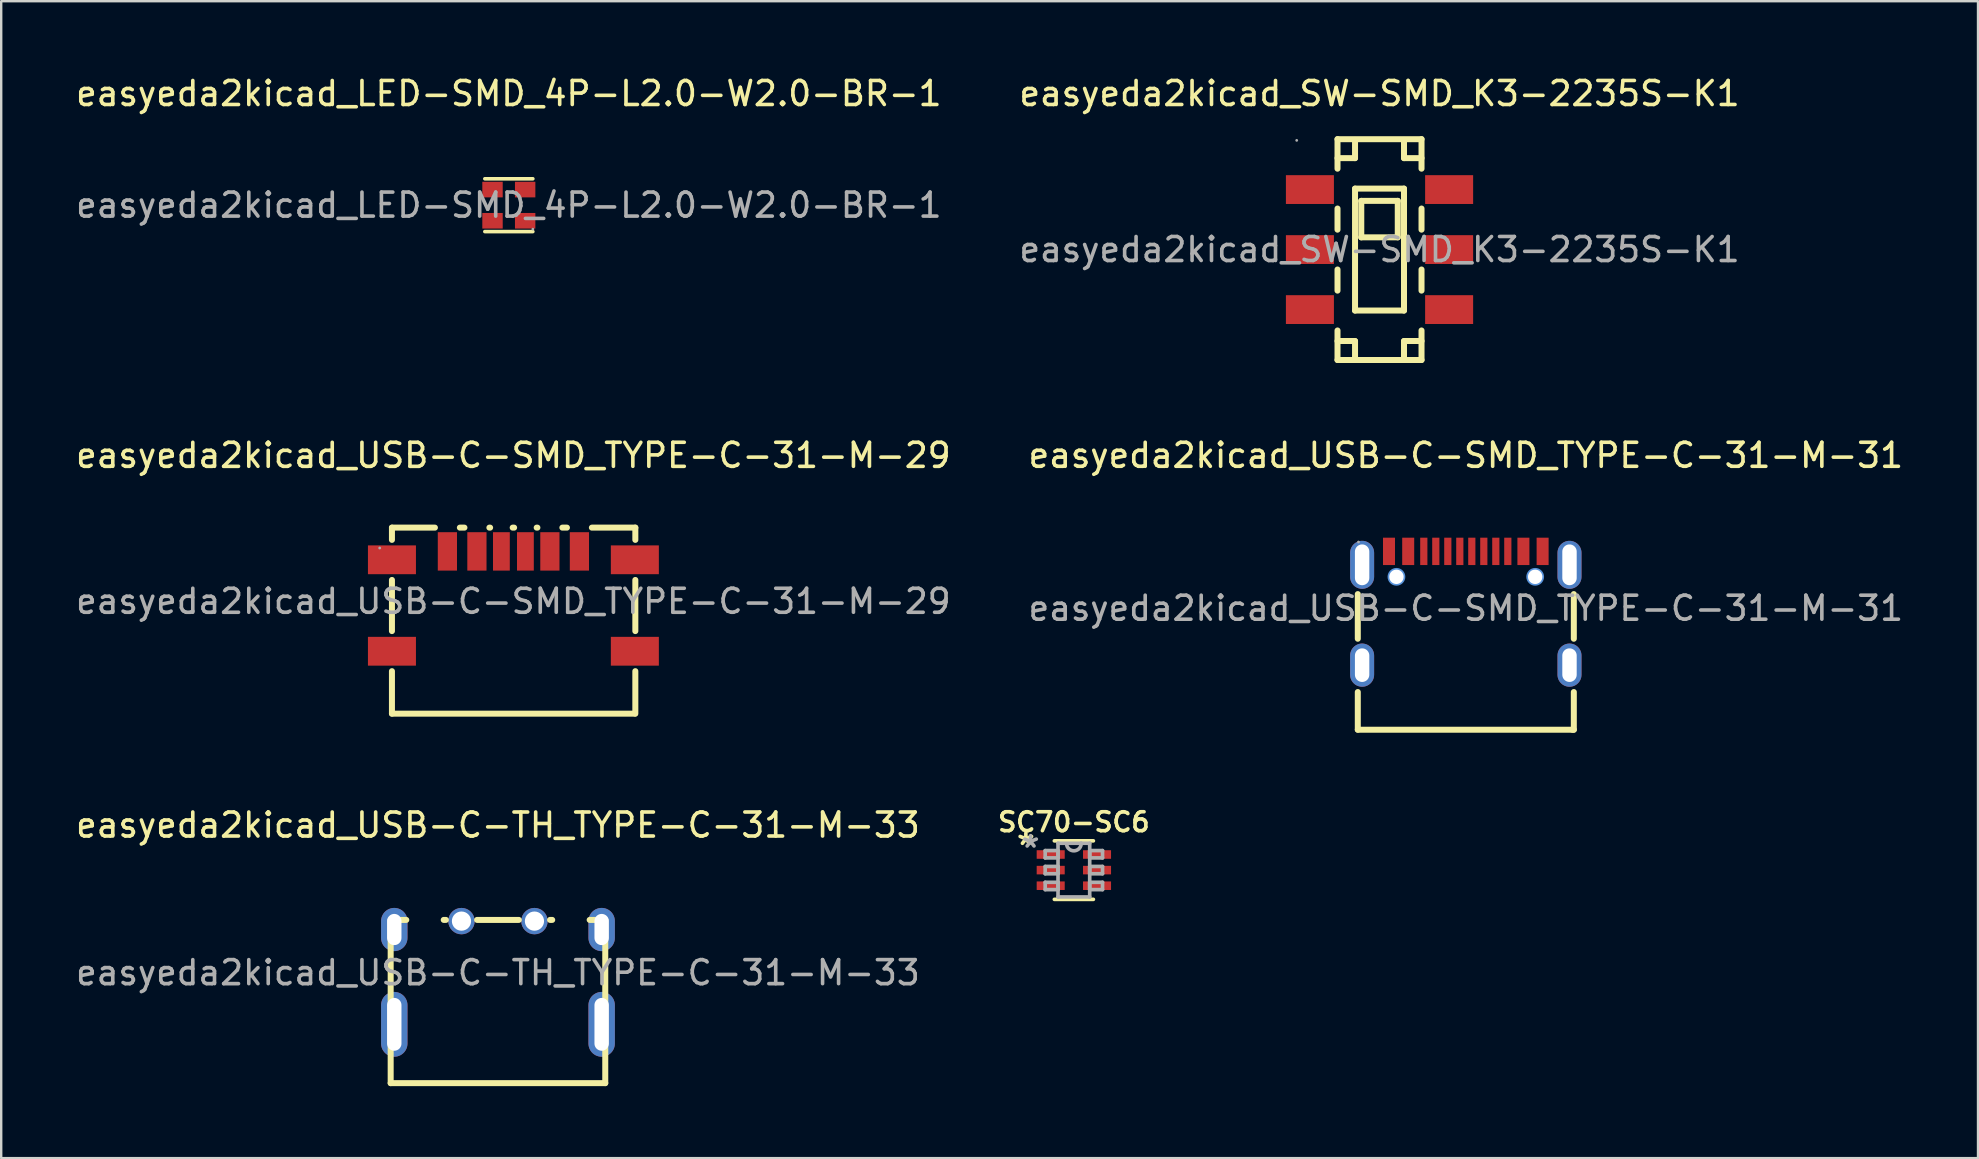
<source format=kicad_pcb>
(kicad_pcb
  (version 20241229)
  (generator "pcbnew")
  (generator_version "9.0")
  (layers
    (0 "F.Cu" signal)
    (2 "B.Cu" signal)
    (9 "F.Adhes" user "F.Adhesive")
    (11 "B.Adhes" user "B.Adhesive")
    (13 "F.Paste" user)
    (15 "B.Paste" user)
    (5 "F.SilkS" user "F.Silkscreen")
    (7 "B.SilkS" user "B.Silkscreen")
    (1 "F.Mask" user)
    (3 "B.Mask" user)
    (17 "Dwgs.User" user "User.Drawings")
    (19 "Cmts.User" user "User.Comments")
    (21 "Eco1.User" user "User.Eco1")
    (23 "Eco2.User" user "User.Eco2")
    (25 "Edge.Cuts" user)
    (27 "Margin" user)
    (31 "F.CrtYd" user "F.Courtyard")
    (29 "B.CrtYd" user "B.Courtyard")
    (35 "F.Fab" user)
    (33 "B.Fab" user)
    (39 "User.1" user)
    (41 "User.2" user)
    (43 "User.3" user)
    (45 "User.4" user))
  (footprint "easyeda2kicad_SW-SMD_K3-2235S-K1"
    (layer "F.Cu")
    (at 54.423 7.348)
    (property "Reference" "easyeda2kicad_SW-SMD_K3-2235S-K1" (at 0 -6.5 0) (layer "F.SilkS") (effects (font (size 1 1) (thickness 0.15))))
    (attr smd)
    (fp_line (start -1.75 -4.6) (end 1.75 -4.6) (stroke (width 0.25) (type solid)) (layer "F.SilkS"))
    (fp_line (start -1.75 -3.37) (end -1.75 -4.6) (stroke (width 0.25) (type solid)) (layer "F.SilkS"))
    (fp_line (start -1.75 -0.83) (end -1.75 -1.71) (stroke (width 0.25) (type solid)) (layer "F.SilkS"))
    (fp_line (start -1.75 1.71) (end -1.75 0.83) (stroke (width 0.25) (type solid)) (layer "F.SilkS"))
    (fp_line (start -1.75 3.81) (end -1.02 3.81) (stroke (width 0.25) (type solid)) (layer "F.SilkS"))
    (fp_line (start -1.75 4.6) (end -1.75 3.37) (stroke (width 0.25) (type solid)) (layer "F.SilkS"))
    (fp_line (start -1.02 -4.57) (end -1.02 -3.81) (stroke (width 0.25) (type solid)) (layer "F.SilkS"))
    (fp_line (start -1.02 -3.81) (end -1.75 -3.81) (stroke (width 0.25) (type solid)) (layer "F.SilkS"))
    (fp_line (start -1.02 -2.54) (end 1.02 -2.54) (stroke (width 0.25) (type solid)) (layer "F.SilkS"))
    (fp_line (start -1.02 2.54) (end -1.02 -2.54) (stroke (width 0.25) (type solid)) (layer "F.SilkS"))
    (fp_line (start -1.02 3.81) (end -1.02 4.57) (stroke (width 0.25) (type solid)) (layer "F.SilkS"))
    (fp_line (start -0.76 -2.03) (end 0.76 -2.03) (stroke (width 0.25) (type solid)) (layer "F.SilkS"))
    (fp_line (start -0.76 -0.51) (end -0.76 -2.03) (stroke (width 0.25) (type solid)) (layer "F.SilkS"))
    (fp_line (start 0.76 -2.03) (end 0.76 -0.51) (stroke (width 0.25) (type solid)) (layer "F.SilkS"))
    (fp_line (start 0.76 -0.51) (end -0.76 -0.51) (stroke (width 0.25) (type solid)) (layer "F.SilkS"))
    (fp_line (start 1.02 -3.81) (end 1.02 -4.57) (stroke (width 0.25) (type solid)) (layer "F.SilkS"))
    (fp_line (start 1.02 -2.54) (end 1.02 2.54) (stroke (width 0.25) (type solid)) (layer "F.SilkS"))
    (fp_line (start 1.02 2.54) (end -1.02 2.54) (stroke (width 0.25) (type solid)) (layer "F.SilkS"))
    (fp_line (start 1.02 3.81) (end 1.75 3.81) (stroke (width 0.25) (type solid)) (layer "F.SilkS"))
    (fp_line (start 1.02 4.57) (end 1.02 3.81) (stroke (width 0.25) (type solid)) (layer "F.SilkS"))
    (fp_line (start 1.75 -4.6) (end 1.75 -3.37) (stroke (width 0.25) (type solid)) (layer "F.SilkS"))
    (fp_line (start 1.75 -3.81) (end 1.02 -3.81) (stroke (width 0.25) (type solid)) (layer "F.SilkS"))
    (fp_line (start 1.75 -1.71) (end 1.75 -0.83) (stroke (width 0.25) (type solid)) (layer "F.SilkS"))
    (fp_line (start 1.75 0.83) (end 1.75 1.71) (stroke (width 0.25) (type solid)) (layer "F.SilkS"))
    (fp_line (start 1.75 3.37) (end 1.75 4.6) (stroke (width 0.25) (type solid)) (layer "F.SilkS"))
    (fp_line (start 1.75 4.6) (end -1.75 4.6) (stroke (width 0.25) (type solid)) (layer "F.SilkS"))
    (fp_circle (center -3.45 -4.55) (end -3.42 -4.55) (stroke (width 0.06) (type solid)) (fill no) (layer "F.Fab"))
    (fp_text user "${REFERENCE}" (at 0 0 0) (layer "F.Fab") (effects (font (size 1 1) (thickness 0.15))))
    (pad "1" smd rect (at -2.9 -2.5) (size 2 1.2) (layers "F.Cu" "F.Mask" "F.Paste"))
    (pad "2" smd rect (at -2.9 0) (size 2 1.2) (layers "F.Cu" "F.Mask" "F.Paste"))
    (pad "3" smd rect (at -2.9 2.5) (size 2 1.2) (layers "F.Cu" "F.Mask" "F.Paste"))
    (pad "4" smd rect (at 2.9 2.5) (size 2 1.2) (layers "F.Cu" "F.Mask" "F.Paste"))
    (pad "5" smd rect (at 2.9 0) (size 2 1.2) (layers "F.Cu" "F.Mask" "F.Paste"))
    (pad "6" smd rect (at 2.9 -2.5) (size 2 1.2) (layers "F.Cu" "F.Mask" "F.Paste")))
  (footprint "easyeda2kicad_USB-C-TH_TYPE-C-31-M-33"
    (layer "F.Cu")
    (at 17.696 37.475)
    (property "Reference" "easyeda2kicad_USB-C-TH_TYPE-C-31-M-33" (at 0 -6.15 0) (layer "F.SilkS") (effects (font (size 1 1) (thickness 0.15))))
    (attr through_hole)
    (fp_line (start -4.47 4.6) (end -4.47 -2.2) (stroke (width 0.25) (type solid)) (layer "F.SilkS"))
    (fp_line (start -4.47 4.6) (end 4.47 4.6) (stroke (width 0.25) (type solid)) (layer "F.SilkS"))
    (fp_line (start -3.82 -2.2) (end -4.47 -2.2) (stroke (width 0.25) (type solid)) (layer "F.SilkS"))
    (fp_line (start -2.17 -2.2) (end -2.26 -2.2) (stroke (width 0.25) (type solid)) (layer "F.SilkS"))
    (fp_line (start 0.87 -2.2) (end -0.87 -2.2) (stroke (width 0.25) (type solid)) (layer "F.SilkS"))
    (fp_line (start 2.26 -2.2) (end 2.17 -2.2) (stroke (width 0.25) (type solid)) (layer "F.SilkS"))
    (fp_line (start 4.47 -2.2) (end 3.82 -2.2) (stroke (width 0.25) (type solid)) (layer "F.SilkS"))
    (fp_line (start 4.47 4.6) (end 4.47 -2.2) (stroke (width 0.25) (type solid)) (layer "F.SilkS"))
    (fp_circle (center 4.47 -2.3) (end 4.5 -2.3) (stroke (width 0.06) (type solid)) (fill no) (layer "F.Fab"))
    (fp_text user "${REFERENCE}" (at 0 0 0) (layer "F.Fab") (effects (font (size 1 1) (thickness 0.15))))
    (pad "3" thru_hole oval (at 4.32 -1.8 90) (size 1.8 1.1) (drill oval 1.3 0.6) (layers "*.Cu" "*.Mask" "F.Paste"))
    (pad "4" thru_hole oval (at 4.32 2.15) (size 1.1 2.7) (drill oval 0.6 2.2) (layers "*.Cu" "*.Mask" "F.Paste"))
    (pad "5" thru_hole oval (at -4.32 2.15) (size 1.1 2.7) (drill oval 0.6 2.2) (layers "*.Cu" "*.Mask" "F.Paste"))
    (pad "6" thru_hole oval (at -4.32 -1.8 90) (size 1.8 1.1) (drill oval 1.3 0.6) (layers "*.Cu" "*.Mask" "F.Paste"))
    (pad "A9" thru_hole circle (at 1.52 -2.15) (size 1.1 1.1) (drill 0.8) (layers "*.Cu" "*.Mask" "F.Paste"))
    (pad "B12" thru_hole circle (at -1.52 -2.15) (size 1.1 1.1) (drill 0.8) (layers "*.Cu" "*.Mask" "F.Paste")))
  (footprint "easyeda2kicad_USB-C-SMD_TYPE-C-31-M-29"
    (layer "F.Cu")
    (at 18.339 22.002)
    (property "Reference" "easyeda2kicad_USB-C-SMD_TYPE-C-31-M-29" (at 0 -6.08 0) (layer "F.SilkS") (effects (font (size 1 1) (thickness 0.15))))
    (attr smd)
    (fp_line (start -5.06 -3.07) (end -3.27 -3.07) (stroke (width 0.25) (type solid)) (layer "F.SilkS"))
    (fp_line (start -5.06 -2.56) (end -5.06 -3.07) (stroke (width 0.25) (type solid)) (layer "F.SilkS"))
    (fp_line (start -5.06 1.24) (end -5.06 -0.89) (stroke (width 0.25) (type solid)) (layer "F.SilkS"))
    (fp_line (start -5.06 4.68) (end -5.06 2.91) (stroke (width 0.25) (type solid)) (layer "F.SilkS"))
    (fp_line (start -5.06 4.68) (end 5.06 4.68) (stroke (width 0.25) (type solid)) (layer "F.SilkS"))
    (fp_line (start -2.23 -3.07) (end -2.04 -3.07) (stroke (width 0.25) (type solid)) (layer "F.SilkS"))
    (fp_line (start -1 -3.07) (end -0.97 -3.07) (stroke (width 0.25) (type solid)) (layer "F.SilkS"))
    (fp_line (start -0.03 -3.07) (end 0.03 -3.07) (stroke (width 0.25) (type solid)) (layer "F.SilkS"))
    (fp_line (start 0.97 -3.07) (end 1 -3.07) (stroke (width 0.25) (type solid)) (layer "F.SilkS"))
    (fp_line (start 2.04 -3.07) (end 2.23 -3.07) (stroke (width 0.25) (type solid)) (layer "F.SilkS"))
    (fp_line (start 3.27 -3.07) (end 5.08 -3.07) (stroke (width 0.25) (type solid)) (layer "F.SilkS"))
    (fp_line (start 5.08 -3.07) (end 5.08 -2.56) (stroke (width 0.25) (type solid)) (layer "F.SilkS"))
    (fp_line (start 5.08 -0.89) (end 5.08 1.24) (stroke (width 0.25) (type solid)) (layer "F.SilkS"))
    (fp_line (start 5.08 2.91) (end 5.08 4.68) (stroke (width 0.25) (type solid)) (layer "F.SilkS"))
    (fp_circle (center -5.57 -2.22) (end -5.54 -2.22) (stroke (width 0.06) (type solid)) (fill no) (layer "F.Fab"))
    (fp_text user "${REFERENCE}" (at 0 0 0) (layer "F.Fab") (effects (font (size 1 1) (thickness 0.15))))
    (pad "1" smd rect (at -5.06 -1.73) (size 2 1.2) (layers "F.Cu" "F.Mask" "F.Paste"))
    (pad "1" smd rect (at -5.06 2.08) (size 2 1.2) (layers "F.Cu" "F.Mask" "F.Paste"))
    (pad "1" smd rect (at 5.06 -1.73) (size 2 1.2) (layers "F.Cu" "F.Mask" "F.Paste"))
    (pad "1" smd rect (at 5.06 2.08) (size 2 1.2) (layers "F.Cu" "F.Mask" "F.Paste"))
    (pad "A5" smd rect (at -0.5 -2.08) (size 0.7 1.6) (layers "F.Cu" "F.Mask" "F.Paste"))
    (pad "A9" smd rect (at 1.52 -2.08) (size 0.8 1.6) (layers "F.Cu" "F.Mask" "F.Paste"))
    (pad "A12" smd rect (at 2.75 -2.08) (size 0.8 1.6) (layers "F.Cu" "F.Mask" "F.Paste"))
    (pad "B5" smd rect (at 0.5 -2.08) (size 0.7 1.6) (layers "F.Cu" "F.Mask" "F.Paste"))
    (pad "B9" smd rect (at -1.52 -2.08) (size 0.8 1.6) (layers "F.Cu" "F.Mask" "F.Paste"))
    (pad "B12" smd rect (at -2.75 -2.08) (size 0.8 1.6) (layers "F.Cu" "F.Mask" "F.Paste")))
  (footprint "SC70-SC6"
    (layer "F.Cu")
    (at 41.689 33.2)
    (property "Reference" "SC70-SC6" (at 0 -2 0) (layer "F.SilkS") (effects (font (size 0.787 0.787) (thickness 0.15))))
    (attr smd)
    (fp_line (start -0.813 1.219) (end 0.813 1.219) (stroke (width 0.152) (type solid)) (layer "F.SilkS"))
    (fp_line (start 0.813 -1.219) (end -0.813 -1.219) (stroke (width 0.152) (type solid)) (layer "F.SilkS"))
    (fp_line (start -1.194 -0.813) (end -1.194 -0.508) (stroke (width 0.152) (type solid)) (layer "F.Fab"))
    (fp_line (start -1.194 -0.508) (end -0.66 -0.508) (stroke (width 0.152) (type solid)) (layer "F.Fab"))
    (fp_line (start -1.194 -0.152) (end -1.194 0.152) (stroke (width 0.152) (type solid)) (layer "F.Fab"))
    (fp_line (start -1.194 0.152) (end -0.66 0.152) (stroke (width 0.152) (type solid)) (layer "F.Fab"))
    (fp_line (start -1.194 0.508) (end -1.194 0.813) (stroke (width 0.152) (type solid)) (layer "F.Fab"))
    (fp_line (start -1.194 0.813) (end -0.66 0.813) (stroke (width 0.152) (type solid)) (layer "F.Fab"))
    (fp_line (start -0.66 -1.118) (end -0.66 1.118) (stroke (width 0.152) (type solid)) (layer "F.Fab"))
    (fp_line (start -0.66 -0.813) (end -1.194 -0.813) (stroke (width 0.152) (type solid)) (layer "F.Fab"))
    (fp_line (start -0.66 -0.508) (end -0.66 -0.813) (stroke (width 0.152) (type solid)) (layer "F.Fab"))
    (fp_line (start -0.66 -0.152) (end -1.194 -0.152) (stroke (width 0.152) (type solid)) (layer "F.Fab"))
    (fp_line (start -0.66 0.152) (end -0.66 -0.152) (stroke (width 0.152) (type solid)) (layer "F.Fab"))
    (fp_line (start -0.66 0.508) (end -1.194 0.508) (stroke (width 0.152) (type solid)) (layer "F.Fab"))
    (fp_line (start -0.66 0.813) (end -0.66 0.508) (stroke (width 0.152) (type solid)) (layer "F.Fab"))
    (fp_line (start -0.66 1.118) (end 0.66 1.118) (stroke (width 0.152) (type solid)) (layer "F.Fab"))
    (fp_line (start 0.305 -1.118) (end -0.66 -1.118) (stroke (width 0.152) (type solid)) (layer "F.Fab"))
    (fp_line (start 0.66 -1.118) (end 0.305 -1.118) (stroke (width 0.152) (type solid)) (layer "F.Fab"))
    (fp_line (start 0.66 -0.813) (end 0.66 -0.508) (stroke (width 0.152) (type solid)) (layer "F.Fab"))
    (fp_line (start 0.66 -0.508) (end 1.194 -0.508) (stroke (width 0.152) (type solid)) (layer "F.Fab"))
    (fp_line (start 0.66 -0.152) (end 0.66 0.152) (stroke (width 0.152) (type solid)) (layer "F.Fab"))
    (fp_line (start 0.66 0.152) (end 1.194 0.152) (stroke (width 0.152) (type solid)) (layer "F.Fab"))
    (fp_line (start 0.66 0.508) (end 0.66 0.813) (stroke (width 0.152) (type solid)) (layer "F.Fab"))
    (fp_line (start 0.66 0.813) (end 1.194 0.813) (stroke (width 0.152) (type solid)) (layer "F.Fab"))
    (fp_line (start 0.66 1.118) (end 0.66 -1.118) (stroke (width 0.152) (type solid)) (layer "F.Fab"))
    (fp_line (start 1.194 -0.813) (end 0.66 -0.813) (stroke (width 0.152) (type solid)) (layer "F.Fab"))
    (fp_line (start 1.194 -0.508) (end 1.194 -0.813) (stroke (width 0.152) (type solid)) (layer "F.Fab"))
    (fp_line (start 1.194 -0.152) (end 0.66 -0.152) (stroke (width 0.152) (type solid)) (layer "F.Fab"))
    (fp_line (start 1.194 0.152) (end 1.194 -0.152) (stroke (width 0.152) (type solid)) (layer "F.Fab"))
    (fp_line (start 1.194 0.508) (end 0.66 0.508) (stroke (width 0.152) (type solid)) (layer "F.Fab"))
    (fp_line (start 1.194 0.813) (end 1.194 0.508) (stroke (width 0.152) (type solid)) (layer "F.Fab"))
    (fp_arc (start 0.3048 -1.1176) (mid 0.0127 -0.8001) (end -0.3048 -1.0922) (stroke (width 0.1524) (type solid)) (layer "F.Fab"))
    (fp_text user "*" (at -2 -1 0) (layer "F.SilkS") (effects (font (size 1 1) (thickness 0.15))))
    (fp_text user "*" (at -1.803 -0.889 0) (layer "F.Fab") (effects (font (size 1 1) (thickness 0.15))))
    (pad "1" smd rect (at -0.965 -0.65) (size 1.168 0.356) (layers "F.Cu" "F.Mask" "F.Paste"))
    (pad "2" smd rect (at -0.965 0) (size 1.168 0.356) (layers "F.Cu" "F.Mask" "F.Paste"))
    (pad "3" smd rect (at -0.965 0.65) (size 1.168 0.356) (layers "F.Cu" "F.Mask" "F.Paste"))
    (pad "4" smd rect (at 0.965 0.65) (size 1.168 0.356) (layers "F.Cu" "F.Mask" "F.Paste"))
    (pad "5" smd rect (at 0.965 0) (size 1.168 0.356) (layers "F.Cu" "F.Mask" "F.Paste"))
    (pad "6" smd rect (at 0.965 -0.65) (size 1.168 0.356) (layers "F.Cu" "F.Mask" "F.Paste")))
  (footprint "easyeda2kicad_USB-C-SMD_TYPE-C-31-M-31"
    (layer "F.Cu")
    (at 58.018 22.291)
    (property "Reference" "easyeda2kicad_USB-C-SMD_TYPE-C-31-M-31" (at 0 -6.37 0) (layer "F.SilkS") (effects (font (size 1 1) (thickness 0.15))))
    (attr smd)
    (fp_line (start -4.5 1.27) (end -4.5 -0.59) (stroke (width 0.25) (type solid)) (layer "F.SilkS"))
    (fp_line (start -4.5 3.49) (end -4.5 5.06) (stroke (width 0.25) (type solid)) (layer "F.SilkS"))
    (fp_line (start -4.5 5.06) (end 4.44 5.06) (stroke (width 0.25) (type solid)) (layer "F.SilkS"))
    (fp_line (start 4.44 5.06) (end 4.5 5.06) (stroke (width 0.25) (type solid)) (layer "F.SilkS"))
    (fp_line (start 4.5 1.27) (end 4.5 -0.59) (stroke (width 0.25) (type solid)) (layer "F.SilkS"))
    (fp_line (start 4.5 5.06) (end 4.5 3.49) (stroke (width 0.25) (type solid)) (layer "F.SilkS"))
    (fp_circle (center -2.89 -1.31) (end -2.77 -1.31) (stroke (width 0.25) (type solid)) (fill no) (layer "Cmts.User"))
    (fp_circle (center 2.89 -1.31) (end 3.01 -1.31) (stroke (width 0.25) (type solid)) (fill no) (layer "Cmts.User"))
    (fp_circle (center -4.47 -2.76) (end -4.44 -2.76) (stroke (width 0.06) (type solid)) (fill no) (layer "F.Fab"))
    (fp_text user "${REFERENCE}" (at 0 0 0) (layer "F.Fab") (effects (font (size 1 1) (thickness 0.15))))
    (pad "" thru_hole circle (at -2.89 -1.31) (size 0.6 0.6) (drill 0.6) (layers "*.Cu" "*.Mask"))
    (pad "" thru_hole circle (at 2.89 -1.31) (size 0.6 0.6) (drill 0.6) (layers "*.Cu" "*.Mask"))
    (pad "1" thru_hole oval (at -4.32 -1.81) (size 1 2) (drill oval 0.6 1.7) (layers "*.Cu" "*.Mask" "F.Paste"))
    (pad "1" thru_hole oval (at -4.32 2.37) (size 1 1.8) (drill oval 0.6 1.4) (layers "*.Cu" "*.Mask" "F.Paste"))
    (pad "1" thru_hole oval (at 4.32 -1.81) (size 1 2) (drill oval 0.6 1.7) (layers "*.Cu" "*.Mask" "F.Paste"))
    (pad "1" thru_hole oval (at 4.32 2.37) (size 1 1.8) (drill oval 0.6 1.4) (layers "*.Cu" "*.Mask" "F.Paste"))
    (pad "A1" smd rect (at -3.2 -2.37) (size 0.5 1.14) (layers "F.Cu" "F.Mask" "F.Paste"))
    (pad "A4" smd rect (at -2.4 -2.37) (size 0.5 1.14) (layers "F.Cu" "F.Mask" "F.Paste"))
    (pad "A5" smd rect (at -1.25 -2.37) (size 0.3 1.14) (layers "F.Cu" "F.Mask" "F.Paste"))
    (pad "A6" smd rect (at -0.25 -2.37) (size 0.3 1.14) (layers "F.Cu" "F.Mask" "F.Paste"))
    (pad "A7" smd rect (at 0.25 -2.37) (size 0.3 1.14) (layers "F.Cu" "F.Mask" "F.Paste"))
    (pad "A8" smd rect (at 1.25 -2.37) (size 0.3 1.14) (layers "F.Cu" "F.Mask" "F.Paste"))
    (pad "A9" smd rect (at 2.4 -2.37) (size 0.5 1.14) (layers "F.Cu" "F.Mask" "F.Paste"))
    (pad "A12" smd rect (at 3.2 -2.37) (size 0.5 1.14) (layers "F.Cu" "F.Mask" "F.Paste"))
    (pad "B5" smd rect (at 1.75 -2.37) (size 0.3 1.14) (layers "F.Cu" "F.Mask" "F.Paste"))
    (pad "B6" smd rect (at 0.75 -2.37) (size 0.3 1.14) (layers "F.Cu" "F.Mask" "F.Paste"))
    (pad "B7" smd rect (at -0.75 -2.37) (size 0.3 1.14) (layers "F.Cu" "F.Mask" "F.Paste"))
    (pad "B8" smd rect (at -1.75 -2.37) (size 0.3 1.14) (layers "F.Cu" "F.Mask" "F.Paste")))
  (footprint "easyeda2kicad_LED-SMD_4P-L2.0-W2.0-BR-1"
    (layer "F.Cu")
    (at 18.149 5.498)
    (property "Reference" "easyeda2kicad_LED-SMD_4P-L2.0-W2.0-BR-1" (at 0 -4.65 0) (layer "F.SilkS") (effects (font (size 1 1) (thickness 0.15))))
    (attr smd)
    (fp_line (start -1 1.1) (end 1 1.1) (stroke (width 0.15) (type solid)) (layer "F.SilkS"))
    (fp_line (start 1 -1.1) (end -1 -1.1) (stroke (width 0.15) (type solid)) (layer "F.SilkS"))
    (fp_circle (center 1 1) (end 1.03 1) (stroke (width 0.06) (type solid)) (fill no) (layer "F.Fab"))
    (fp_text user "${REFERENCE}" (at 0 0 0) (layer "F.Fab") (effects (font (size 1 1) (thickness 0.15))))
    (pad "1" smd rect (at 0.68 0.65 180) (size 0.85 0.65) (layers "F.Cu" "F.Mask" "F.Paste"))
    (pad "2" smd rect (at 0.68 -0.65 180) (size 0.85 0.65) (layers "F.Cu" "F.Mask" "F.Paste"))
    (pad "3" smd rect (at -0.68 -0.65 180) (size 0.85 0.65) (layers "F.Cu" "F.Mask" "F.Paste"))
    (pad "4" smd rect (at -0.68 0.65 180) (size 0.85 0.65) (layers "F.Cu" "F.Mask" "F.Paste")))
  (gr_rect
    (start -3 -3)
    (end 79.357 45.2)
    (stroke (width 0.1) (type default))
    (fill no)
    (layer "Edge.Cuts")))
</source>
